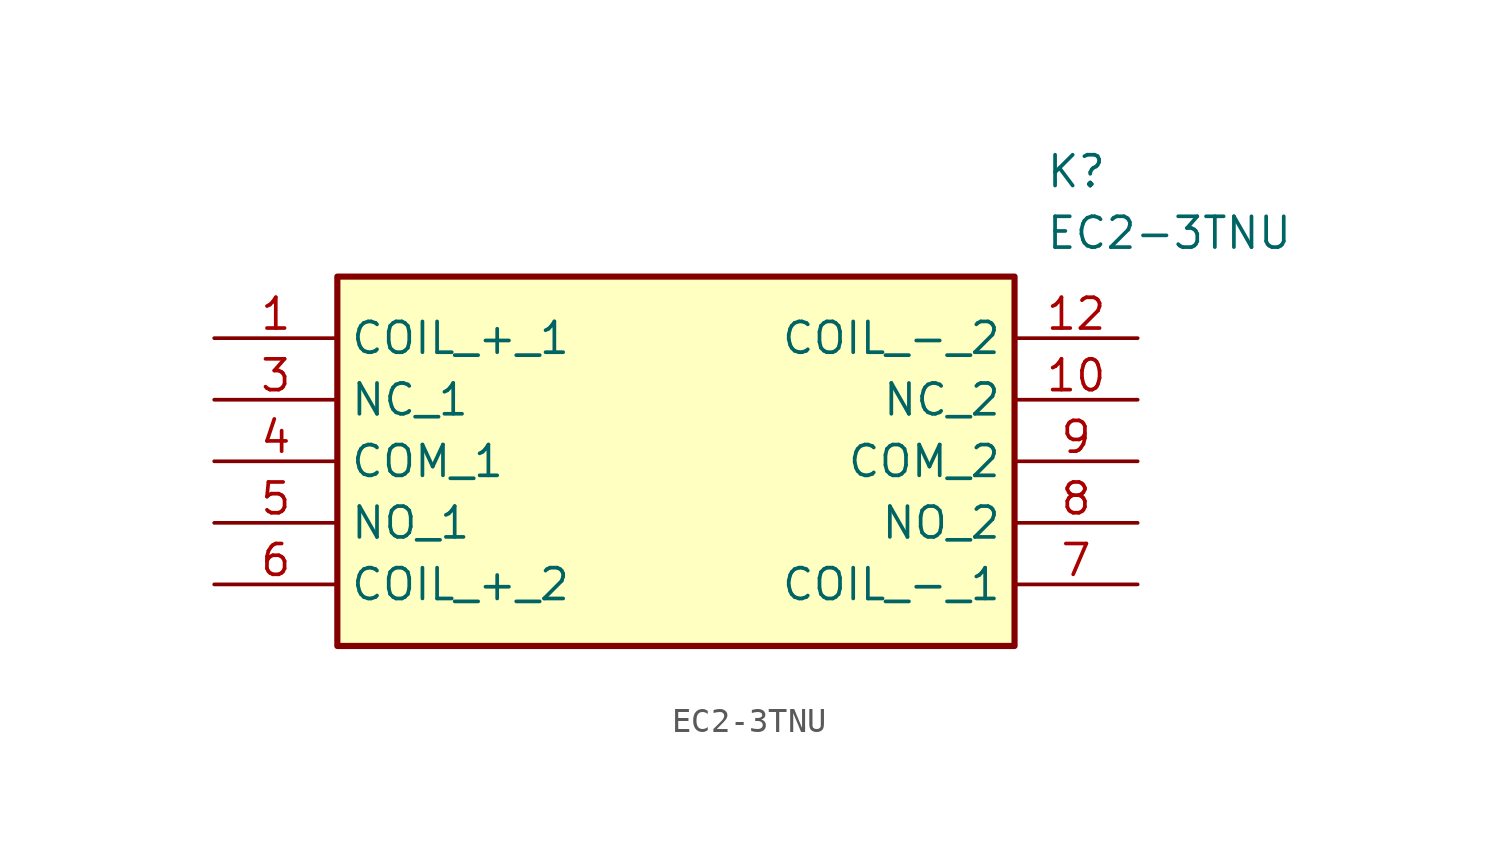
<source format=kicad_sym>
(kicad_symbol_lib
  (version 20211014)
  (generator SamacSys_ECAD_Model)
  (symbol "EC2-3TNU"
    (property "Reference" "K"
      (at 34.29 7.62 0)
      (effects (font (size 1.27 1.27)) (justify left top)))
    (property "Value" "EC2-3TNU"
      (at 34.29 5.08 0)
      (effects (font (size 1.27 1.27)) (justify left top)))
    (rectangle
      (start 5.08 2.54)
      (end 33.02 -12.7)
      (stroke (width 0.254) (type default))
      (fill (type background)))
    (pin passive line
      (at 0 0 0)
      (length 5.08)
      (name "COIL_+_1" (effects (font (size 1.27 1.27))))
      (number "1" (effects (font (size 1.27 1.27)))))
    (pin passive line
      (at 0 -2.54 0)
      (length 5.08)
      (name "NC_1" (effects (font (size 1.27 1.27))))
      (number "3" (effects (font (size 1.27 1.27)))))
    (pin passive line
      (at 0 -5.08 0)
      (length 5.08)
      (name "COM_1" (effects (font (size 1.27 1.27))))
      (number "4" (effects (font (size 1.27 1.27)))))
    (pin passive line
      (at 0 -7.62 0)
      (length 5.08)
      (name "NO_1" (effects (font (size 1.27 1.27))))
      (number "5" (effects (font (size 1.27 1.27)))))
    (pin passive line
      (at 0 -10.16 0)
      (length 5.08)
      (name "COIL_+_2" (effects (font (size 1.27 1.27))))
      (number "6" (effects (font (size 1.27 1.27)))))
    (pin passive line
      (at 38.1 -10.16 180)
      (length 5.08)
      (name "COIL_-_1" (effects (font (size 1.27 1.27))))
      (number "7" (effects (font (size 1.27 1.27)))))
    (pin passive line
      (at 38.1 -7.62 180)
      (length 5.08)
      (name "NO_2" (effects (font (size 1.27 1.27))))
      (number "8" (effects (font (size 1.27 1.27)))))
    (pin passive line
      (at 38.1 -5.08 180)
      (length 5.08)
      (name "COM_2" (effects (font (size 1.27 1.27))))
      (number "9" (effects (font (size 1.27 1.27)))))
    (pin passive line
      (at 38.1 -2.54 180)
      (length 5.08)
      (name "NC_2" (effects (font (size 1.27 1.27))))
      (number "10" (effects (font (size 1.27 1.27)))))
    (pin passive line
      (at 38.1 0 180)
      (length 5.08)
      (name "COIL_-_2" (effects (font (size 1.27 1.27))))
      (number "12" (effects (font (size 1.27 1.27)))))))
</source>
